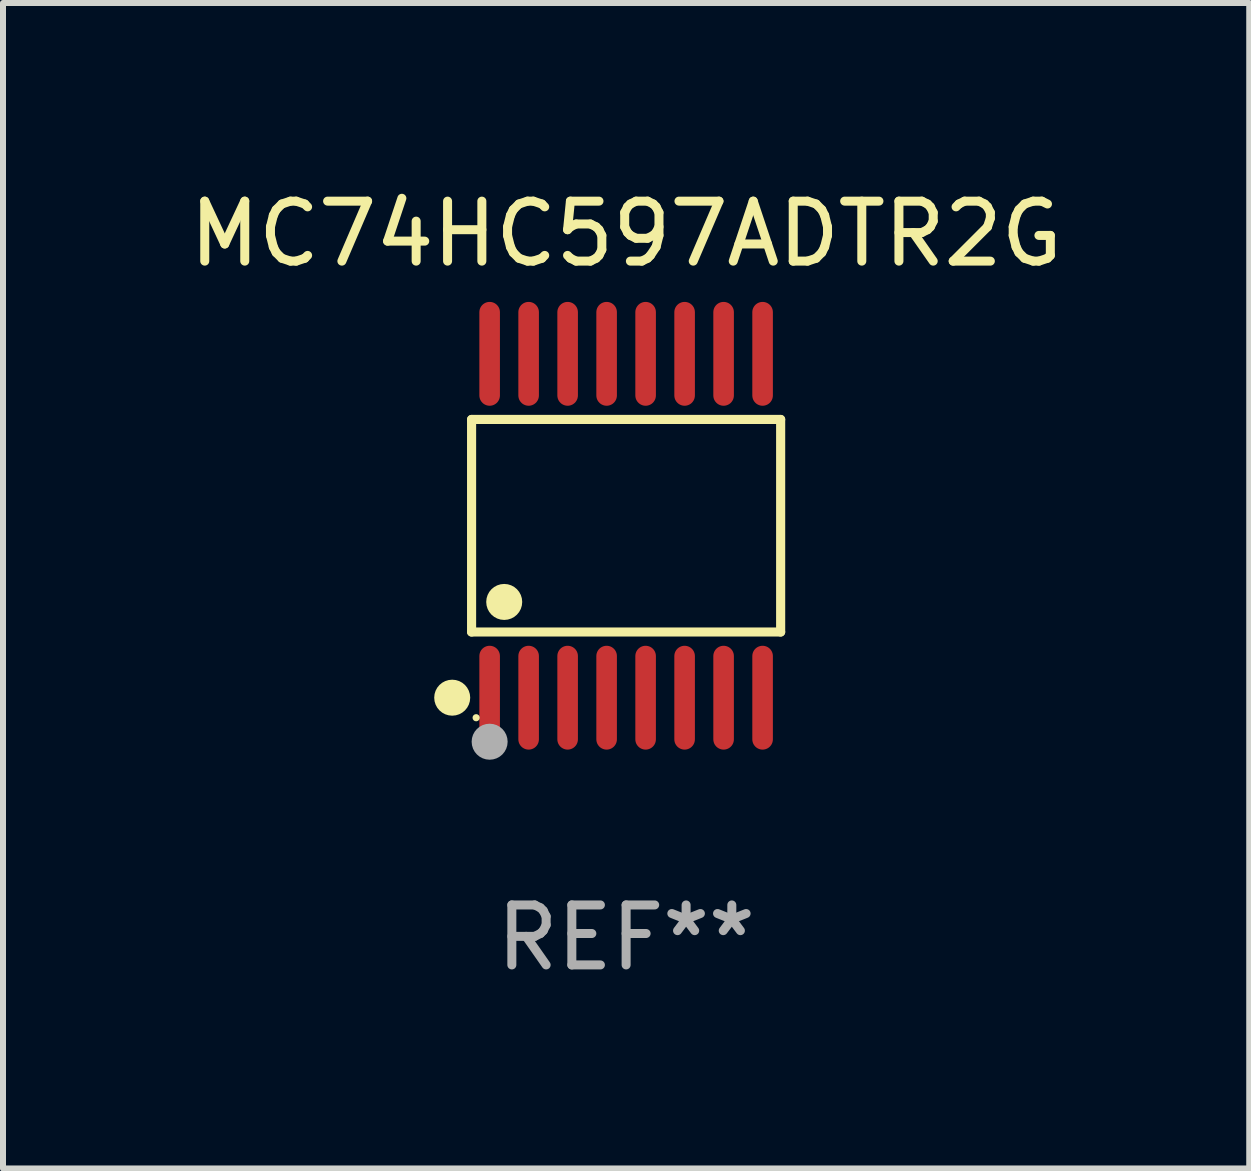
<source format=kicad_pcb>
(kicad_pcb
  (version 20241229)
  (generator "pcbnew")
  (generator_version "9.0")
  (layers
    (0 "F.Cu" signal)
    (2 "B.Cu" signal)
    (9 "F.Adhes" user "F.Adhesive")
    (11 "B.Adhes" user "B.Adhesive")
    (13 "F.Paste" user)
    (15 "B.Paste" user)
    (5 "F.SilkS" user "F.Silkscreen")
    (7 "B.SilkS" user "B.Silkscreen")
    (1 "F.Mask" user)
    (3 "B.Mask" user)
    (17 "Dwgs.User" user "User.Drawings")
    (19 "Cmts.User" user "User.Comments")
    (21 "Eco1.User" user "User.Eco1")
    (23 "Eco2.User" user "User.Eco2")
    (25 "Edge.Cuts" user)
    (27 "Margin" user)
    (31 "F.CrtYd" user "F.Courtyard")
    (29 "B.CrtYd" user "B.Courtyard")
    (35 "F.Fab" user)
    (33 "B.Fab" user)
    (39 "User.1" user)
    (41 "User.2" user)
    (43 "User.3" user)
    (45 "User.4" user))
  (footprint "MC74HC597ADTR2G"
    (layer "F.Cu")
    (at 7.387 5.714)
    (property "Reference" "MC74HC597ADTR2G" (at 0 -4.866 0) (layer "F.SilkS") (effects (font (size 1 1) (thickness 0.15))))
    (attr through_hole)
    (fp_line (start -2.576 -1.772) (end 2.576 -1.772) (stroke (width 0.152) (type solid)) (layer "F.SilkS"))
    (fp_line (start -2.576 1.771) (end -2.576 -1.772) (stroke (width 0.152) (type solid)) (layer "F.SilkS"))
    (fp_line (start 2.576 -1.772) (end 2.576 1.771) (stroke (width 0.152) (type solid)) (layer "F.SilkS"))
    (fp_line (start 2.576 1.771) (end -2.576 1.771) (stroke (width 0.152) (type solid)) (layer "F.SilkS"))
    (fp_circle (center -2.899 2.866) (end -2.749 2.866) (stroke (width 0.3) (type solid)) (fill no) (layer "F.SilkS"))
    (fp_circle (center -2.5 3.2) (end -2.47 3.2) (stroke (width 0.06) (type solid)) (fill no) (layer "F.SilkS"))
    (fp_circle (center -2.032 1.27) (end -1.882 1.27) (stroke (width 0.3) (type solid)) (fill no) (layer "F.SilkS"))
    (fp_circle (center -2.275 3.6) (end -2.125 3.6) (stroke (width 0.3) (type solid)) (fill no) (layer "F.Fab"))
    (fp_text user "REF**" (at 0 6.866 0) (layer "F.Fab") (effects (font (size 1 1) (thickness 0.15))))
    (pad "1" smd oval (at -2.275 2.866) (size 0.343 1.731) (layers "F.Cu" "F.Mask" "F.Paste"))
    (pad "2" smd oval (at -1.625 2.866) (size 0.343 1.731) (layers "F.Cu" "F.Mask" "F.Paste"))
    (pad "3" smd oval (at -0.975 2.866) (size 0.343 1.731) (layers "F.Cu" "F.Mask" "F.Paste"))
    (pad "4" smd oval (at -0.325 2.866) (size 0.343 1.731) (layers "F.Cu" "F.Mask" "F.Paste"))
    (pad "5" smd oval (at 0.325 2.866) (size 0.343 1.731) (layers "F.Cu" "F.Mask" "F.Paste"))
    (pad "6" smd oval (at 0.975 2.866) (size 0.343 1.731) (layers "F.Cu" "F.Mask" "F.Paste"))
    (pad "7" smd oval (at 1.625 2.866) (size 0.343 1.731) (layers "F.Cu" "F.Mask" "F.Paste"))
    (pad "8" smd oval (at 2.275 2.866) (size 0.343 1.731) (layers "F.Cu" "F.Mask" "F.Paste"))
    (pad "9" smd oval (at 2.275 -2.866) (size 0.343 1.731) (layers "F.Cu" "F.Mask" "F.Paste"))
    (pad "10" smd oval (at 1.625 -2.866) (size 0.343 1.731) (layers "F.Cu" "F.Mask" "F.Paste"))
    (pad "11" smd oval (at 0.975 -2.866) (size 0.343 1.731) (layers "F.Cu" "F.Mask" "F.Paste"))
    (pad "12" smd oval (at 0.325 -2.866) (size 0.343 1.731) (layers "F.Cu" "F.Mask" "F.Paste"))
    (pad "13" smd oval (at -0.325 -2.866) (size 0.343 1.731) (layers "F.Cu" "F.Mask" "F.Paste"))
    (pad "14" smd oval (at -0.975 -2.866) (size 0.343 1.731) (layers "F.Cu" "F.Mask" "F.Paste"))
    (pad "15" smd oval (at -1.625 -2.866) (size 0.343 1.731) (layers "F.Cu" "F.Mask" "F.Paste"))
    (pad "16" smd oval (at -2.275 -2.866) (size 0.343 1.731) (layers "F.Cu" "F.Mask" "F.Paste")))
  (gr_rect
    (start -3 -3)
    (end 17.774 16.428)
    (stroke (width 0.1) (type default))
    (fill no)
    (layer "Edge.Cuts")))
</source>
